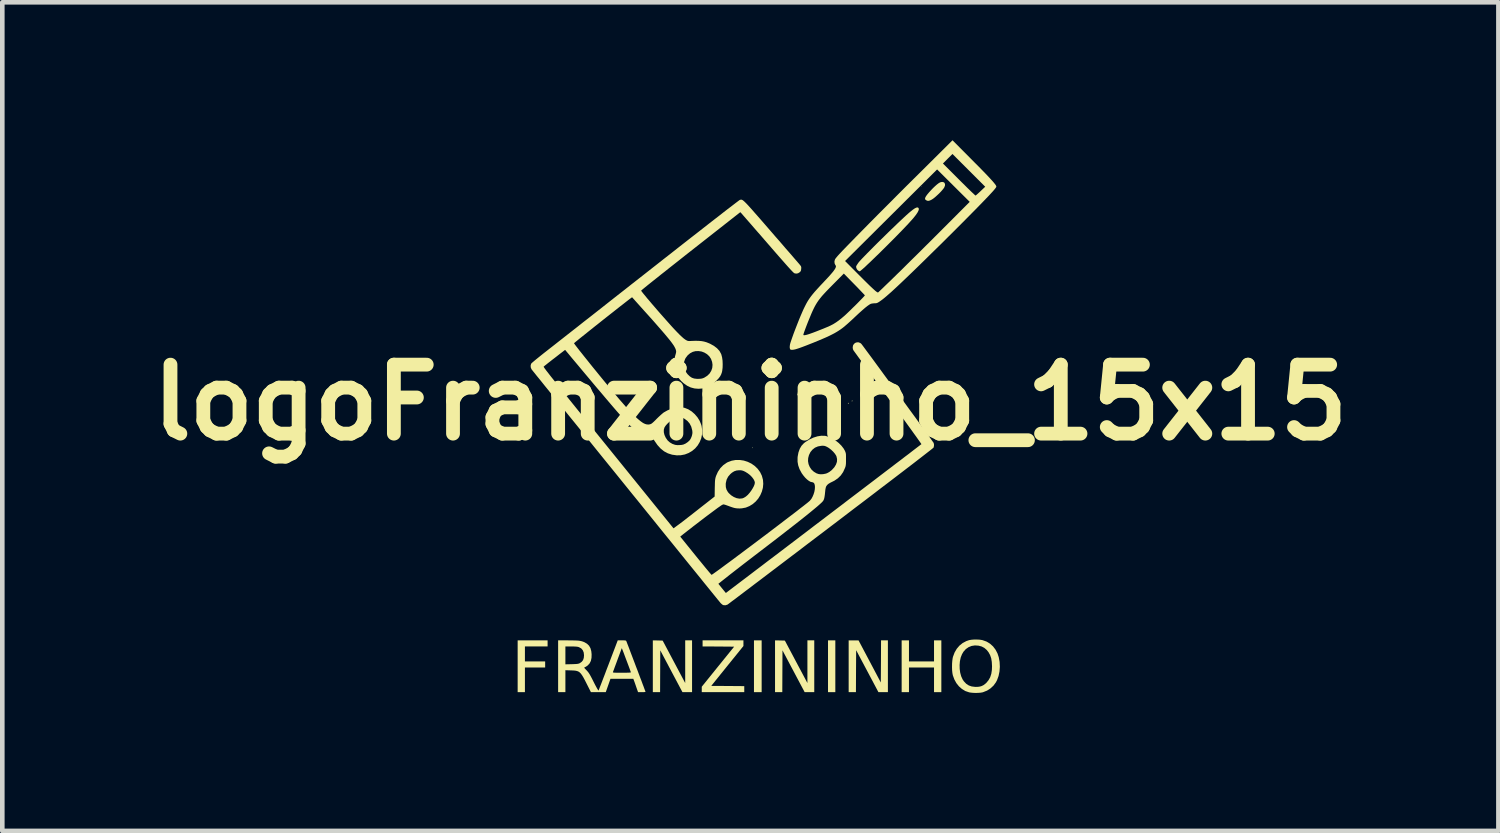
<source format=kicad_pcb>
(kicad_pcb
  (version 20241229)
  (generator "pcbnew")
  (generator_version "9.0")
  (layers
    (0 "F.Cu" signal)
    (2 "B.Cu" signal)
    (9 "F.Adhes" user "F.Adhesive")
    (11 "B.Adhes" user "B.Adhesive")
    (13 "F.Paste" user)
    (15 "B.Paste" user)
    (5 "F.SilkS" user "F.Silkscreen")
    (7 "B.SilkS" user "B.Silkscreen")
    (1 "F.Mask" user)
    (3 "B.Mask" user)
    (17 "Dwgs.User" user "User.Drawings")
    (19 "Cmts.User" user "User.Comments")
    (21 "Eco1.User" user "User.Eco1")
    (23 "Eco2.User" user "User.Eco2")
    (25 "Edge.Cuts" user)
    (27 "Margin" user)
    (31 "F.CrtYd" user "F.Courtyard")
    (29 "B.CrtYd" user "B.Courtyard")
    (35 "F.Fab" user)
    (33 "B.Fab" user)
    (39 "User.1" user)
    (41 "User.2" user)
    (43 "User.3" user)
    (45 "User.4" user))
  (footprint "logoFranzininho_15x15"
    (layer "F.Cu")
    (at 13.264 5.7)
    (property "Reference" "logoFranzininho_15x15" (at 0 0 0) (layer "F.SilkS") (effects (font (size 1.5 1.5) (thickness 0.3))))
    (attr board_only exclude_from_pos_files exclude_from_bom)
    (fp_poly (pts (xy -0.214 0.144) (xy -0.213 0.154) (xy -0.214 0.155) (xy -0.219 0.154) (xy -0.22 0.15) (xy -0.217 0.142)) (stroke (width 0) (type solid)) (fill yes) (layer "F.SilkS"))
    (fp_poly (pts (xy 3.719 -4.695) (xy 3.72 -4.685) (xy 3.719 -4.684) (xy 3.713 -4.685) (xy 3.713 -4.689) (xy 3.716 -4.697)) (stroke (width 0) (type solid)) (fill yes) (layer "F.SilkS"))
    (fp_poly (pts (xy 0.059 0.982) (xy 0.057 0.985) (xy 0.049 0.994) (xy 0.048 0.994) (xy 0.044 0.987) (xy 0.044 0.985) (xy 0.051 0.977) (xy 0.053 0.977)) (stroke (width 0) (type solid)) (fill yes) (layer "F.SilkS"))
    (fp_poly (pts (xy 0.246 5.736) (xy 0.246 6.299) (xy 0.163 6.299) (xy 0.079 6.299) (xy 0.079 5.736) (xy 0.079 5.173) (xy 0.163 5.173) (xy 0.246 5.173)) (stroke (width 0) (type solid)) (fill yes) (layer "F.SilkS"))
    (fp_poly (pts (xy 1.848 5.736) (xy 1.848 6.299) (xy 1.768 6.299) (xy 1.689 6.299) (xy 1.689 5.736) (xy 1.689 5.173) (xy 1.768 5.173) (xy 1.848 5.173)) (stroke (width 0) (type solid)) (fill yes) (layer "F.SilkS"))
    (fp_poly (pts (xy 2.143 0.013) (xy 2.142 0.018) (xy 2.131 0.026) (xy 2.129 0.026) (xy 2.121 0.02) (xy 2.12 0.018) (xy 2.127 0.01) (xy 2.134 0.009)) (stroke (width 0) (type solid)) (fill yes) (layer "F.SilkS"))
    (fp_poly (pts (xy 2.226 -0.035) (xy 2.219 -0.027) (xy 2.213 -0.026) (xy 2.201 -0.028) (xy 2.2 -0.03) (xy 2.206 -0.036) (xy 2.213 -0.038) (xy 2.224 -0.039)) (stroke (width 0) (type solid)) (fill yes) (layer "F.SilkS"))
    (fp_poly (pts (xy 1.033 -0.181) (xy 1.053 -0.171) (xy 1.073 -0.159) (xy 1.087 -0.149) (xy 1.091 -0.144) (xy 1.085 -0.141) (xy 1.068 -0.146) (xy 1.045 -0.159) (xy 1.038 -0.163) (xy 1.023 -0.176) (xy 1.018 -0.184) (xy 1.02 -0.185)) (stroke (width 0) (type solid)) (fill yes) (layer "F.SilkS"))
    (fp_poly (pts (xy -4.408 5.239) (xy -4.408 5.305) (xy -4.654 5.305) (xy -4.901 5.305) (xy -4.901 5.468) (xy -4.901 5.631) (xy -4.681 5.631) (xy -4.461 5.631) (xy -4.461 5.697) (xy -4.461 5.763) (xy -4.681 5.763) (xy -4.901 5.763) (xy -4.901 6.031) (xy -4.901 6.299) (xy -4.98 6.299) (xy -5.059 6.299) (xy -5.059 5.736) (xy -5.059 5.173) (xy -4.733 5.173) (xy -4.408 5.173)) (stroke (width 0) (type solid)) (fill yes) (layer "F.SilkS"))
    (fp_poly (pts (xy -2.013 5.175) (xy -1.906 5.178) (xy -1.661 5.64) (xy -1.416 6.101) (xy -1.416 5.637) (xy -1.416 5.173) (xy -1.342 5.173) (xy -1.267 5.173) (xy -1.267 5.736) (xy -1.267 6.299) (xy -1.371 6.299) (xy -1.476 6.299) (xy -1.717 5.845) (xy -1.958 5.39) (xy -1.96 5.845) (xy -1.962 6.299) (xy -2.041 6.299) (xy -2.12 6.299) (xy -2.12 5.736) (xy -2.12 5.173)) (stroke (width 0) (type solid)) (fill yes) (layer "F.SilkS"))
    (fp_poly (pts (xy -0.15 5.235) (xy -0.15 5.296) (xy -0.5 5.729) (xy -0.85 6.163) (xy -0.491 6.165) (xy -0.132 6.168) (xy -0.132 6.234) (xy -0.132 6.299) (xy -0.594 6.299) (xy -1.056 6.299) (xy -1.056 6.24) (xy -1.056 6.181) (xy -0.704 5.745) (xy -0.352 5.31) (xy -0.695 5.307) (xy -1.038 5.305) (xy -1.038 5.239) (xy -1.038 5.173) (xy -0.594 5.173) (xy -0.15 5.173)) (stroke (width 0) (type solid)) (fill yes) (layer "F.SilkS"))
    (fp_poly (pts (xy 0.644 5.175) (xy 0.751 5.178) (xy 0.996 5.64) (xy 1.241 6.101) (xy 1.241 5.637) (xy 1.241 5.173) (xy 1.315 5.173) (xy 1.39 5.173) (xy 1.39 5.736) (xy 1.39 6.299) (xy 1.286 6.299) (xy 1.181 6.299) (xy 0.94 5.845) (xy 0.699 5.39) (xy 0.697 5.845) (xy 0.695 6.299) (xy 0.616 6.299) (xy 0.537 6.299) (xy 0.537 5.736) (xy 0.537 5.173)) (stroke (width 0) (type solid)) (fill yes) (layer "F.SilkS"))
    (fp_poly (pts (xy 2.991 5.736) (xy 2.991 6.299) (xy 2.888 6.299) (xy 2.785 6.299) (xy 2.543 5.843) (xy 2.301 5.387) (xy 2.298 5.843) (xy 2.296 6.299) (xy 2.217 6.299) (xy 2.138 6.299) (xy 2.138 5.736) (xy 2.138 5.173) (xy 2.246 5.174) (xy 2.353 5.174) (xy 2.595 5.631) (xy 2.837 6.089) (xy 2.84 5.631) (xy 2.842 5.173) (xy 2.917 5.173) (xy 2.991 5.173)) (stroke (width 0) (type solid)) (fill yes) (layer "F.SilkS"))
    (fp_poly (pts (xy 3.449 5.402) (xy 3.449 5.631) (xy 3.722 5.631) (xy 3.994 5.631) (xy 3.994 5.402) (xy 3.994 5.173) (xy 4.074 5.173) (xy 4.153 5.173) (xy 4.153 5.736) (xy 4.153 6.299) (xy 4.074 6.299) (xy 3.994 6.299) (xy 3.994 6.031) (xy 3.994 5.763) (xy 3.722 5.763) (xy 3.449 5.763) (xy 3.449 6.031) (xy 3.449 6.299) (xy 3.37 6.299) (xy 3.29 6.299) (xy 3.29 5.736) (xy 3.29 5.173) (xy 3.37 5.173) (xy 3.449 5.173)) (stroke (width 0) (type solid)) (fill yes) (layer "F.SilkS"))
    (fp_poly (pts (xy 4.207 -4.786) (xy 4.219 -4.777) (xy 4.233 -4.749) (xy 4.232 -4.714) (xy 4.216 -4.674) (xy 4.205 -4.657) (xy 4.179 -4.624) (xy 4.145 -4.585) (xy 4.104 -4.543) (xy 4.06 -4.502) (xy 4.018 -4.464) (xy 3.979 -4.433) (xy 3.947 -4.412) (xy 3.944 -4.41) (xy 3.905 -4.391) (xy 3.874 -4.383) (xy 3.848 -4.385) (xy 3.826 -4.395) (xy 3.804 -4.411) (xy 3.798 -4.431) (xy 3.805 -4.457) (xy 3.821 -4.486) (xy 3.849 -4.524) (xy 3.885 -4.567) (xy 3.927 -4.613) (xy 3.971 -4.659) (xy 4.016 -4.702) (xy 4.058 -4.739) (xy 4.095 -4.767) (xy 4.107 -4.775) (xy 4.143 -4.791) (xy 4.178 -4.794)) (stroke (width 0) (type solid)) (fill yes) (layer "F.SilkS"))
    (fp_poly (pts (xy 3.655 -4.23) (xy 3.659 -4.224) (xy 3.664 -4.2) (xy 3.655 -4.168) (xy 3.633 -4.126) (xy 3.598 -4.075) (xy 3.549 -4.013) (xy 3.516 -3.975) (xy 3.476 -3.931) (xy 3.429 -3.879) (xy 3.374 -3.821) (xy 3.313 -3.757) (xy 3.247 -3.689) (xy 3.177 -3.617) (xy 3.104 -3.543) (xy 3.029 -3.468) (xy 2.954 -3.393) (xy 2.878 -3.318) (xy 2.805 -3.245) (xy 2.733 -3.176) (xy 2.665 -3.11) (xy 2.602 -3.049) (xy 2.544 -2.995) (xy 2.494 -2.947) (xy 2.45 -2.908) (xy 2.416 -2.879) (xy 2.392 -2.859) (xy 2.379 -2.851) (xy 2.377 -2.851) (xy 2.366 -2.855) (xy 2.348 -2.865) (xy 2.347 -2.866) (xy 2.323 -2.888) (xy 2.307 -2.917) (xy 2.3 -2.946) (xy 2.301 -2.958) (xy 2.308 -2.975) (xy 2.324 -3) (xy 2.344 -3.03) (xy 2.351 -3.04) (xy 2.37 -3.063) (xy 2.4 -3.096) (xy 2.44 -3.139) (xy 2.49 -3.19) (xy 2.547 -3.249) (xy 2.611 -3.313) (xy 2.68 -3.383) (xy 2.753 -3.456) (xy 2.829 -3.531) (xy 2.907 -3.607) (xy 2.985 -3.684) (xy 3.062 -3.759) (xy 3.138 -3.831) (xy 3.209 -3.9) (xy 3.277 -3.964) (xy 3.338 -4.021) (xy 3.393 -4.072) (xy 3.439 -4.113) (xy 3.476 -4.145) (xy 3.48 -4.148) (xy 3.534 -4.191) (xy 3.578 -4.221) (xy 3.613 -4.237) (xy 3.638 -4.24)) (stroke (width 0) (type solid)) (fill yes) (layer "F.SilkS"))
    (fp_poly (pts (xy 4.986 5.158) (xy 5.038 5.166) (xy 5.05 5.169) (xy 5.135 5.199) (xy 5.211 5.245) (xy 5.277 5.304) (xy 5.331 5.375) (xy 5.374 5.457) (xy 5.401 5.539) (xy 5.42 5.642) (xy 5.425 5.748) (xy 5.417 5.851) (xy 5.397 5.948) (xy 5.364 6.038) (xy 5.339 6.086) (xy 5.287 6.157) (xy 5.222 6.217) (xy 5.148 6.265) (xy 5.065 6.298) (xy 5.046 6.304) (xy 5.003 6.311) (xy 4.948 6.315) (xy 4.889 6.316) (xy 4.83 6.313) (xy 4.779 6.307) (xy 4.757 6.303) (xy 4.675 6.275) (xy 4.602 6.231) (xy 4.536 6.173) (xy 4.48 6.103) (xy 4.435 6.021) (xy 4.402 5.93) (xy 4.393 5.881) (xy 4.387 5.821) (xy 4.385 5.753) (xy 4.386 5.709) (xy 4.55 5.709) (xy 4.552 5.794) (xy 4.563 5.876) (xy 4.584 5.953) (xy 4.614 6.02) (xy 4.643 6.063) (xy 4.693 6.116) (xy 4.749 6.153) (xy 4.812 6.175) (xy 4.884 6.184) (xy 4.902 6.185) (xy 4.953 6.183) (xy 4.993 6.177) (xy 5.03 6.166) (xy 5.072 6.145) (xy 5.112 6.114) (xy 5.132 6.096) (xy 5.179 6.039) (xy 5.215 5.975) (xy 5.239 5.901) (xy 5.252 5.816) (xy 5.255 5.736) (xy 5.25 5.643) (xy 5.237 5.562) (xy 5.213 5.493) (xy 5.179 5.431) (xy 5.14 5.382) (xy 5.088 5.337) (xy 5.029 5.306) (xy 4.961 5.288) (xy 4.884 5.283) (xy 4.812 5.294) (xy 4.745 5.321) (xy 4.685 5.363) (xy 4.635 5.419) (xy 4.602 5.475) (xy 4.574 5.546) (xy 4.557 5.626) (xy 4.55 5.709) (xy 4.386 5.709) (xy 4.386 5.684) (xy 4.391 5.618) (xy 4.399 5.56) (xy 4.406 5.53) (xy 4.441 5.437) (xy 4.488 5.356) (xy 4.547 5.287) (xy 4.617 5.231) (xy 4.696 5.189) (xy 4.757 5.168) (xy 4.805 5.16) (xy 4.863 5.155) (xy 4.925 5.155)) (stroke (width 0) (type solid)) (fill yes) (layer "F.SilkS"))
    (fp_poly (pts (xy -3.885 5.174) (xy -3.821 5.175) (xy -3.769 5.177) (xy -3.727 5.18) (xy -3.692 5.186) (xy -3.662 5.193) (xy -3.633 5.203) (xy -3.606 5.214) (xy -3.55 5.247) (xy -3.507 5.289) (xy -3.476 5.343) (xy -3.458 5.408) (xy -3.451 5.474) (xy -3.453 5.552) (xy -3.467 5.619) (xy -3.494 5.673) (xy -3.534 5.717) (xy -3.569 5.742) (xy -3.593 5.755) (xy -3.609 5.764) (xy -3.614 5.767) (xy -3.609 5.773) (xy -3.594 5.789) (xy -3.573 5.812) (xy -3.56 5.825) (xy -3.542 5.845) (xy -3.525 5.865) (xy -3.509 5.888) (xy -3.491 5.916) (xy -3.471 5.952) (xy -3.446 5.999) (xy -3.416 6.058) (xy -3.406 6.079) (xy -3.372 6.145) (xy -3.344 6.197) (xy -3.323 6.234) (xy -3.308 6.257) (xy -3.3 6.264) (xy -3.3 6.263) (xy -3.295 6.253) (xy -3.286 6.228) (xy -3.271 6.189) (xy -3.251 6.138) (xy -3.227 6.076) (xy -3.2 6.005) (xy -3.169 5.925) (xy -3.147 5.867) (xy -2.988 5.867) (xy -2.985 5.87) (xy -2.976 5.873) (xy -2.959 5.875) (xy -2.932 5.876) (xy -2.893 5.877) (xy -2.84 5.877) (xy -2.793 5.877) (xy -2.727 5.877) (xy -2.676 5.876) (xy -2.639 5.875) (xy -2.615 5.873) (xy -2.601 5.87) (xy -2.597 5.867) (xy -2.597 5.866) (xy -2.61 5.831) (xy -2.626 5.786) (xy -2.645 5.735) (xy -2.666 5.679) (xy -2.688 5.621) (xy -2.71 5.563) (xy -2.731 5.507) (xy -2.75 5.455) (xy -2.767 5.411) (xy -2.781 5.376) (xy -2.79 5.353) (xy -2.794 5.343) (xy -2.794 5.343) (xy -2.798 5.351) (xy -2.807 5.374) (xy -2.82 5.41) (xy -2.837 5.456) (xy -2.857 5.51) (xy -2.88 5.571) (xy -2.889 5.596) (xy -2.912 5.659) (xy -2.934 5.718) (xy -2.953 5.769) (xy -2.968 5.811) (xy -2.98 5.842) (xy -2.986 5.859) (xy -2.987 5.862) (xy -2.988 5.867) (xy -3.147 5.867) (xy -3.137 5.839) (xy -3.102 5.748) (xy -3.088 5.712) (xy -2.883 5.173) (xy -2.793 5.173) (xy -2.753 5.173) (xy -2.726 5.174) (xy -2.71 5.177) (xy -2.701 5.182) (xy -2.696 5.191) (xy -2.693 5.197) (xy -2.684 5.221) (xy -2.67 5.258) (xy -2.651 5.306) (xy -2.629 5.364) (xy -2.604 5.431) (xy -2.576 5.504) (xy -2.547 5.581) (xy -2.516 5.662) (xy -2.485 5.745) (xy -2.453 5.827) (xy -2.423 5.908) (xy -2.394 5.985) (xy -2.366 6.057) (xy -2.342 6.123) (xy -2.32 6.18) (xy -2.303 6.227) (xy -2.289 6.263) (xy -2.281 6.285) (xy -2.279 6.292) (xy -2.287 6.295) (xy -2.309 6.298) (xy -2.34 6.299) (xy -2.36 6.299) (xy -2.441 6.299) (xy -2.476 6.2) (xy -2.491 6.156) (xy -2.506 6.113) (xy -2.519 6.076) (xy -2.527 6.055) (xy -2.544 6.009) (xy -2.792 6.009) (xy -3.041 6.009) (xy -3.092 6.154) (xy -3.143 6.299) (xy -3.305 6.299) (xy -3.466 6.299) (xy -3.558 6.117) (xy -3.596 6.042) (xy -3.628 5.982) (xy -3.657 5.934) (xy -3.683 5.898) (xy -3.709 5.871) (xy -3.736 5.852) (xy -3.766 5.84) (xy -3.802 5.832) (xy -3.845 5.828) (xy -3.896 5.826) (xy -3.9 5.826) (xy -4.021 5.822) (xy -4.021 6.061) (xy -4.021 6.299) (xy -4.1 6.299) (xy -4.179 6.299) (xy -4.179 5.736) (xy -4.179 5.305) (xy -4.021 5.305) (xy -4.021 5.5) (xy -4.021 5.694) (xy -3.882 5.691) (xy -3.828 5.689) (xy -3.787 5.687) (xy -3.758 5.684) (xy -3.737 5.68) (xy -3.72 5.674) (xy -3.708 5.669) (xy -3.666 5.639) (xy -3.637 5.602) (xy -3.621 5.554) (xy -3.616 5.497) (xy -3.623 5.436) (xy -3.644 5.386) (xy -3.677 5.348) (xy -3.724 5.322) (xy -3.744 5.315) (xy -3.766 5.311) (xy -3.801 5.308) (xy -3.844 5.306) (xy -3.892 5.305) (xy -3.9 5.305) (xy -4.021 5.305) (xy -4.179 5.305) (xy -4.179 5.173) (xy -3.965 5.173)) (stroke (width 0) (type solid)) (fill yes) (layer "F.SilkS"))
    (fp_poly (pts (xy 4.774 -5.32) (xy 4.877 -5.216) (xy 4.968 -5.125) (xy 5.047 -5.044) (xy 5.116 -4.973) (xy 5.174 -4.912) (xy 5.223 -4.859) (xy 5.263 -4.815) (xy 5.294 -4.779) (xy 5.318 -4.749) (xy 5.335 -4.726) (xy 5.345 -4.708) (xy 5.349 -4.695) (xy 5.349 -4.692) (xy 5.344 -4.679) (xy 5.328 -4.656) (xy 5.304 -4.626) (xy 5.274 -4.591) (xy 5.263 -4.579) (xy 5.226 -4.539) (xy 5.178 -4.487) (xy 5.119 -4.426) (xy 5.052 -4.356) (xy 4.976 -4.278) (xy 4.893 -4.193) (xy 4.804 -4.103) (xy 4.71 -4.008) (xy 4.613 -3.91) (xy 4.513 -3.81) (xy 4.412 -3.709) (xy 4.31 -3.608) (xy 4.21 -3.508) (xy 4.111 -3.41) (xy 4.084 -3.384) (xy 3.935 -3.238) (xy 3.798 -3.103) (xy 3.673 -2.981) (xy 3.558 -2.869) (xy 3.453 -2.768) (xy 3.357 -2.676) (xy 3.271 -2.594) (xy 3.193 -2.521) (xy 3.123 -2.456) (xy 3.061 -2.399) (xy 3.005 -2.35) (xy 2.956 -2.307) (xy 2.912 -2.27) (xy 2.873 -2.239) (xy 2.839 -2.214) (xy 2.809 -2.193) (xy 2.803 -2.189) (xy 2.772 -2.17) (xy 2.748 -2.16) (xy 2.722 -2.156) (xy 2.699 -2.156) (xy 2.665 -2.153) (xy 2.634 -2.148) (xy 2.619 -2.144) (xy 2.588 -2.127) (xy 2.548 -2.099) (xy 2.497 -2.059) (xy 2.436 -2.006) (xy 2.363 -1.941) (xy 2.286 -1.869) (xy 2.217 -1.804) (xy 2.159 -1.751) (xy 2.109 -1.706) (xy 2.066 -1.669) (xy 2.028 -1.637) (xy 1.993 -1.61) (xy 1.958 -1.585) (xy 1.923 -1.562) (xy 1.922 -1.561) (xy 1.877 -1.533) (xy 1.829 -1.505) (xy 1.775 -1.477) (xy 1.715 -1.447) (xy 1.646 -1.415) (xy 1.567 -1.381) (xy 1.475 -1.342) (xy 1.37 -1.299) (xy 1.311 -1.276) (xy 1.218 -1.239) (xy 1.139 -1.209) (xy 1.073 -1.185) (xy 1.019 -1.167) (xy 0.975 -1.154) (xy 0.94 -1.147) (xy 0.913 -1.144) (xy 0.891 -1.145) (xy 0.873 -1.149) (xy 0.863 -1.162) (xy 0.857 -1.188) (xy 0.857 -1.221) (xy 0.862 -1.258) (xy 0.862 -1.26) (xy 0.872 -1.297) (xy 0.889 -1.348) (xy 0.91 -1.409) (xy 0.931 -1.468) (xy 1.153 -1.468) (xy 1.16 -1.462) (xy 1.183 -1.462) (xy 1.218 -1.469) (xy 1.254 -1.479) (xy 1.299 -1.494) (xy 1.358 -1.515) (xy 1.427 -1.541) (xy 1.503 -1.571) (xy 1.584 -1.603) (xy 1.663 -1.636) (xy 1.736 -1.668) (xy 1.802 -1.702) (xy 1.863 -1.74) (xy 1.925 -1.784) (xy 1.991 -1.837) (xy 2.029 -1.869) (xy 2.058 -1.894) (xy 2.093 -1.927) (xy 2.135 -1.967) (xy 2.18 -2.01) (xy 2.227 -2.057) (xy 2.276 -2.104) (xy 2.323 -2.151) (xy 2.367 -2.196) (xy 2.407 -2.237) (xy 2.441 -2.272) (xy 2.467 -2.3) (xy 2.484 -2.319) (xy 2.49 -2.328) (xy 2.484 -2.336) (xy 2.467 -2.355) (xy 2.44 -2.383) (xy 2.405 -2.42) (xy 2.363 -2.464) (xy 2.316 -2.513) (xy 2.264 -2.566) (xy 2.261 -2.569) (xy 2.033 -2.802) (xy 1.793 -2.56) (xy 1.718 -2.484) (xy 1.655 -2.419) (xy 1.601 -2.361) (xy 1.556 -2.311) (xy 1.518 -2.264) (xy 1.485 -2.221) (xy 1.456 -2.179) (xy 1.429 -2.136) (xy 1.403 -2.09) (xy 1.387 -2.059) (xy 1.369 -2.022) (xy 1.347 -1.975) (xy 1.323 -1.92) (xy 1.298 -1.859) (xy 1.272 -1.796) (xy 1.246 -1.732) (xy 1.222 -1.67) (xy 1.2 -1.612) (xy 1.181 -1.56) (xy 1.166 -1.518) (xy 1.156 -1.486) (xy 1.153 -1.469) (xy 1.153 -1.468) (xy 0.931 -1.468) (xy 0.935 -1.48) (xy 0.964 -1.557) (xy 0.995 -1.637) (xy 1.027 -1.719) (xy 1.059 -1.8) (xy 1.091 -1.877) (xy 1.122 -1.949) (xy 1.149 -2.011) (xy 1.163 -2.041) (xy 1.192 -2.1) (xy 1.22 -2.154) (xy 1.248 -2.203) (xy 1.279 -2.251) (xy 1.314 -2.3) (xy 1.353 -2.35) (xy 1.399 -2.405) (xy 1.454 -2.466) (xy 1.518 -2.536) (xy 1.593 -2.615) (xy 1.597 -2.62) (xy 1.665 -2.692) (xy 1.722 -2.754) (xy 1.767 -2.806) (xy 1.803 -2.849) (xy 1.829 -2.885) (xy 1.847 -2.914) (xy 1.857 -2.937) (xy 1.862 -2.958) (xy 1.857 -2.976) (xy 1.847 -2.99) (xy 1.832 -3.024) (xy 1.829 -3.065) (xy 1.831 -3.075) (xy 2.06 -3.075) (xy 2.325 -2.808) (xy 2.411 -2.722) (xy 2.486 -2.647) (xy 2.55 -2.584) (xy 2.604 -2.531) (xy 2.65 -2.488) (xy 2.687 -2.454) (xy 2.716 -2.428) (xy 2.739 -2.41) (xy 2.756 -2.398) (xy 2.769 -2.392) (xy 2.777 -2.391) (xy 2.778 -2.392) (xy 2.787 -2.399) (xy 2.807 -2.418) (xy 2.838 -2.447) (xy 2.878 -2.485) (xy 2.925 -2.531) (xy 2.98 -2.584) (xy 3.041 -2.642) (xy 3.106 -2.706) (xy 3.175 -2.773) (xy 3.18 -2.779) (xy 3.247 -2.843) (xy 3.324 -2.919) (xy 3.409 -3.004) (xy 3.502 -3.096) (xy 3.601 -3.193) (xy 3.703 -3.294) (xy 3.807 -3.398) (xy 3.911 -3.501) (xy 4.014 -3.604) (xy 4.113 -3.703) (xy 4.169 -3.759) (xy 4.77 -4.361) (xy 4.416 -4.713) (xy 4.061 -5.066) (xy 3.06 -4.07) (xy 2.06 -3.075) (xy 1.831 -3.075) (xy 1.839 -3.105) (xy 1.843 -3.113) (xy 1.854 -3.131) (xy 1.875 -3.157) (xy 1.901 -3.188) (xy 1.919 -3.208) (xy 1.954 -3.246) (xy 2 -3.295) (xy 2.058 -3.355) (xy 2.125 -3.424) (xy 2.202 -3.503) (xy 2.287 -3.59) (xy 2.379 -3.684) (xy 2.479 -3.785) (xy 2.584 -3.892) (xy 2.694 -4.003) (xy 2.809 -4.119) (xy 2.927 -4.237) (xy 3.048 -4.358) (xy 3.17 -4.481) (xy 3.294 -4.605) (xy 3.417 -4.728) (xy 3.54 -4.85) (xy 3.606 -4.915) (xy 3.888 -5.195) (xy 4.188 -5.195) (xy 4.538 -4.845) (xy 4.602 -4.781) (xy 4.664 -4.72) (xy 4.72 -4.664) (xy 4.771 -4.615) (xy 4.815 -4.572) (xy 4.851 -4.539) (xy 4.877 -4.514) (xy 4.893 -4.501) (xy 4.897 -4.498) (xy 4.906 -4.504) (xy 4.926 -4.521) (xy 4.954 -4.546) (xy 4.987 -4.576) (xy 5.007 -4.595) (xy 5.107 -4.69) (xy 4.751 -5.046) (xy 4.395 -5.402) (xy 4.291 -5.299) (xy 4.188 -5.195) (xy 3.888 -5.195) (xy 4.396 -5.7)) (stroke (width 0) (type solid)) (fill yes) (layer "F.SilkS"))
    (fp_poly (pts (xy -0.192 -4.409) (xy -0.181 -4.405) (xy -0.168 -4.399) (xy -0.152 -4.387) (xy -0.133 -4.371) (xy -0.111 -4.35) (xy -0.083 -4.322) (xy -0.05 -4.287) (xy -0.011 -4.244) (xy 0.035 -4.193) (xy 0.088 -4.132) (xy 0.15 -4.062) (xy 0.221 -3.981) (xy 0.301 -3.889) (xy 0.392 -3.784) (xy 0.463 -3.702) (xy 0.545 -3.607) (xy 0.625 -3.516) (xy 0.701 -3.428) (xy 0.772 -3.345) (xy 0.839 -3.269) (xy 0.899 -3.2) (xy 0.952 -3.138) (xy 0.997 -3.086) (xy 1.034 -3.043) (xy 1.062 -3.011) (xy 1.079 -2.99) (xy 1.085 -2.983) (xy 1.1 -2.962) (xy 1.107 -2.943) (xy 1.107 -2.918) (xy 1.106 -2.904) (xy 1.102 -2.873) (xy 1.093 -2.852) (xy 1.077 -2.833) (xy 1.075 -2.832) (xy 1.037 -2.808) (xy 0.996 -2.801) (xy 0.957 -2.809) (xy 0.949 -2.815) (xy 0.935 -2.827) (xy 0.915 -2.847) (xy 0.889 -2.874) (xy 0.856 -2.91) (xy 0.815 -2.955) (xy 0.766 -3.01) (xy 0.709 -3.075) (xy 0.642 -3.151) (xy 0.565 -3.239) (xy 0.478 -3.339) (xy 0.381 -3.451) (xy 0.374 -3.459) (xy 0.295 -3.55) (xy 0.219 -3.638) (xy 0.146 -3.721) (xy 0.078 -3.799) (xy 0.016 -3.871) (xy -0.04 -3.935) (xy -0.089 -3.991) (xy -0.13 -4.038) (xy -0.162 -4.075) (xy -0.184 -4.101) (xy -0.197 -4.115) (xy -0.198 -4.116) (xy -0.218 -4.137) (xy -1.297 -3.29) (xy -1.418 -3.195) (xy -1.535 -3.102) (xy -1.648 -3.013) (xy -1.755 -2.929) (xy -1.856 -2.848) (xy -1.951 -2.774) (xy -2.038 -2.704) (xy -2.116 -2.642) (xy -2.186 -2.586) (xy -2.246 -2.538) (xy -2.295 -2.498) (xy -2.333 -2.467) (xy -2.359 -2.445) (xy -2.372 -2.433) (xy -2.374 -2.431) (xy -2.367 -2.419) (xy -2.349 -2.395) (xy -2.322 -2.361) (xy -2.286 -2.318) (xy -2.244 -2.266) (xy -2.195 -2.209) (xy -2.142 -2.146) (xy -2.084 -2.079) (xy -2.025 -2.01) (xy -1.964 -1.94) (xy -1.902 -1.87) (xy -1.841 -1.801) (xy -1.783 -1.736) (xy -1.728 -1.674) (xy -1.677 -1.618) (xy -1.631 -1.569) (xy -1.592 -1.528) (xy -1.582 -1.518) (xy -1.535 -1.47) (xy -1.49 -1.428) (xy -1.452 -1.394) (xy -1.421 -1.371) (xy -1.411 -1.364) (xy -1.385 -1.349) (xy -1.365 -1.34) (xy -1.345 -1.336) (xy -1.319 -1.335) (xy -1.285 -1.337) (xy -1.199 -1.34) (xy -1.127 -1.339) (xy -1.064 -1.334) (xy -1.008 -1.324) (xy -0.955 -1.309) (xy -0.9 -1.287) (xy -0.875 -1.276) (xy -0.792 -1.23) (xy -0.724 -1.178) (xy -0.671 -1.12) (xy -0.636 -1.056) (xy -0.63 -1.041) (xy -0.614 -0.98) (xy -0.604 -0.908) (xy -0.601 -0.831) (xy -0.603 -0.754) (xy -0.612 -0.684) (xy -0.619 -0.653) (xy -0.635 -0.608) (xy -0.657 -0.567) (xy -0.688 -0.525) (xy -0.731 -0.48) (xy -0.745 -0.466) (xy -0.82 -0.402) (xy -0.894 -0.354) (xy -0.969 -0.321) (xy -1.047 -0.303) (xy -1.126 -0.297) (xy -1.214 -0.304) (xy -1.296 -0.326) (xy -1.374 -0.363) (xy -1.449 -0.416) (xy -1.504 -0.466) (xy -1.568 -0.54) (xy -1.615 -0.62) (xy -1.645 -0.705) (xy -1.659 -0.795) (xy -1.659 -0.812) (xy -1.447 -0.812) (xy -1.437 -0.744) (xy -1.411 -0.679) (xy -1.369 -0.619) (xy -1.362 -0.611) (xy -1.316 -0.567) (xy -1.271 -0.537) (xy -1.222 -0.52) (xy -1.163 -0.513) (xy -1.126 -0.513) (xy -1.084 -0.515) (xy -1.052 -0.52) (xy -1.024 -0.529) (xy -0.999 -0.54) (xy -0.936 -0.58) (xy -0.886 -0.629) (xy -0.85 -0.687) (xy -0.828 -0.75) (xy -0.822 -0.818) (xy -0.831 -0.881) (xy -0.855 -0.947) (xy -0.892 -1.003) (xy -0.942 -1.05) (xy -0.999 -1.084) (xy -1.059 -1.107) (xy -1.125 -1.117) (xy -1.192 -1.115) (xy -1.251 -1.1) (xy -1.31 -1.069) (xy -1.363 -1.024) (xy -1.405 -0.968) (xy -1.418 -0.945) (xy -1.441 -0.879) (xy -1.447 -0.812) (xy -1.659 -0.812) (xy -1.657 -0.892) (xy -1.639 -0.996) (xy -1.626 -1.041) (xy -1.617 -1.075) (xy -1.613 -1.099) (xy -1.614 -1.119) (xy -1.619 -1.141) (xy -1.626 -1.163) (xy -1.637 -1.186) (xy -1.651 -1.213) (xy -1.669 -1.243) (xy -1.693 -1.277) (xy -1.722 -1.317) (xy -1.758 -1.363) (xy -1.801 -1.415) (xy -1.851 -1.475) (xy -1.909 -1.543) (xy -1.977 -1.621) (xy -2.053 -1.708) (xy -2.14 -1.807) (xy -2.238 -1.916) (xy -2.321 -2.008) (xy -2.571 -2.287) (xy -2.592 -2.272) (xy -2.622 -2.25) (xy -2.662 -2.219) (xy -2.711 -2.181) (xy -2.768 -2.136) (xy -2.833 -2.086) (xy -2.903 -2.031) (xy -2.977 -1.972) (xy -3.055 -1.911) (xy -3.135 -1.848) (xy -3.216 -1.784) (xy -3.296 -1.72) (xy -3.376 -1.657) (xy -3.452 -1.596) (xy -3.525 -1.538) (xy -3.593 -1.483) (xy -3.655 -1.434) (xy -3.71 -1.39) (xy -3.756 -1.352) (xy -3.792 -1.323) (xy -3.818 -1.301) (xy -3.832 -1.289) (xy -3.834 -1.287) (xy -3.827 -1.277) (xy -3.811 -1.254) (xy -3.785 -1.22) (xy -3.751 -1.176) (xy -3.71 -1.123) (xy -3.661 -1.062) (xy -3.608 -0.995) (xy -3.549 -0.922) (xy -3.487 -0.844) (xy -3.422 -0.763) (xy -3.354 -0.68) (xy -3.286 -0.596) (xy -3.218 -0.513) (xy -3.15 -0.43) (xy -3.084 -0.351) (xy -3.027 -0.282) (xy -2.933 -0.169) (xy -2.849 -0.069) (xy -2.772 0.019) (xy -2.704 0.097) (xy -2.641 0.165) (xy -2.584 0.225) (xy -2.531 0.279) (xy -2.506 0.304) (xy -2.44 0.364) (xy -2.383 0.411) (xy -2.333 0.446) (xy -2.288 0.468) (xy -2.247 0.479) (xy -2.208 0.48) (xy -2.182 0.475) (xy -2.165 0.469) (xy -2.147 0.46) (xy -2.127 0.444) (xy -2.101 0.421) (xy -2.067 0.388) (xy -2.037 0.357) (xy -1.998 0.319) (xy -1.958 0.282) (xy -1.922 0.25) (xy -1.893 0.226) (xy -1.881 0.217) (xy -1.801 0.172) (xy -1.717 0.138) (xy -1.633 0.116) (xy -1.55 0.106) (xy -1.473 0.109) (xy -1.425 0.119) (xy -1.348 0.15) (xy -1.275 0.196) (xy -1.208 0.255) (xy -1.15 0.323) (xy -1.103 0.398) (xy -1.07 0.478) (xy -1.06 0.511) (xy -1.047 0.604) (xy -1.05 0.694) (xy -1.068 0.78) (xy -1.1 0.86) (xy -1.144 0.934) (xy -1.2 1) (xy -1.266 1.055) (xy -1.341 1.099) (xy -1.423 1.131) (xy -1.512 1.148) (xy -1.601 1.15) (xy -1.701 1.136) (xy -1.792 1.107) (xy -1.875 1.063) (xy -1.951 1.002) (xy -2.02 0.926) (xy -2.076 0.845) (xy -2.113 0.79) (xy -2.149 0.749) (xy -2.186 0.721) (xy -2.228 0.703) (xy -2.259 0.695) (xy -2.317 0.683) (xy -2.362 0.673) (xy -2.396 0.664) (xy -2.423 0.654) (xy -2.435 0.648) (xy -1.881 0.648) (xy -1.867 0.707) (xy -1.84 0.766) (xy -1.801 0.822) (xy -1.794 0.83) (xy -1.75 0.869) (xy -1.695 0.901) (xy -1.635 0.922) (xy -1.627 0.923) (xy -1.587 0.928) (xy -1.538 0.927) (xy -1.49 0.923) (xy -1.451 0.914) (xy -1.45 0.913) (xy -1.406 0.893) (xy -1.361 0.862) (xy -1.324 0.828) (xy -1.311 0.812) (xy -1.294 0.783) (xy -1.278 0.746) (xy -1.269 0.718) (xy -1.261 0.681) (xy -1.259 0.65) (xy -1.262 0.616) (xy -1.264 0.604) (xy -1.285 0.525) (xy -1.32 0.458) (xy -1.368 0.402) (xy -1.43 0.356) (xy -1.463 0.338) (xy -1.515 0.317) (xy -1.559 0.309) (xy -1.598 0.313) (xy -1.621 0.322) (xy -1.668 0.35) (xy -1.717 0.386) (xy -1.765 0.426) (xy -1.808 0.467) (xy -1.842 0.506) (xy -1.865 0.541) (xy -1.866 0.543) (xy -1.881 0.592) (xy -1.881 0.648) (xy -2.435 0.648) (xy -2.447 0.642) (xy -2.471 0.628) (xy -2.482 0.62) (xy -2.518 0.592) (xy -2.564 0.552) (xy -2.618 0.499) (xy -2.68 0.436) (xy -2.748 0.363) (xy -2.823 0.282) (xy -2.901 0.193) (xy -2.965 0.119) (xy -3.025 0.049) (xy -3.093 -0.031) (xy -3.167 -0.118) (xy -3.246 -0.212) (xy -3.329 -0.309) (xy -3.414 -0.41) (xy -3.499 -0.512) (xy -3.584 -0.613) (xy -3.667 -0.712) (xy -3.746 -0.807) (xy -3.821 -0.896) (xy -3.889 -0.977) (xy -3.949 -1.05) (xy -4.001 -1.112) (xy -4.026 -1.142) (xy -4.033 -1.138) (xy -4.052 -1.124) (xy -4.08 -1.102) (xy -4.117 -1.074) (xy -4.16 -1.041) (xy -4.207 -1.004) (xy -4.256 -0.966) (xy -4.306 -0.928) (xy -4.353 -0.891) (xy -4.397 -0.857) (xy -4.435 -0.826) (xy -4.466 -0.802) (xy -4.486 -0.785) (xy -4.494 -0.778) (xy -4.494 -0.775) (xy -4.49 -0.768) (xy -4.482 -0.756) (xy -4.47 -0.738) (xy -4.453 -0.716) (xy -4.432 -0.687) (xy -4.404 -0.652) (xy -4.372 -0.61) (xy -4.333 -0.56) (xy -4.287 -0.503) (xy -4.235 -0.437) (xy -4.176 -0.363) (xy -4.109 -0.28) (xy -4.034 -0.187) (xy -3.952 -0.084) (xy -3.86 0.03) (xy -3.76 0.154) (xy -3.65 0.29) (xy -3.531 0.437) (xy -3.402 0.597) (xy -3.263 0.769) (xy -3.112 0.955) (xy -3.088 0.985) (xy -1.67 2.737) (xy -1.625 2.704) (xy -1.59 2.678) (xy -1.553 2.651) (xy -1.514 2.622) (xy -1.47 2.589) (xy -1.421 2.551) (xy -1.365 2.507) (xy -1.3 2.457) (xy -1.225 2.398) (xy -1.138 2.33) (xy -1.103 2.302) (xy -0.776 2.046) (xy -0.773 1.856) (xy -0.771 1.793) (xy -0.771 1.774) (xy -0.535 1.774) (xy -0.533 1.84) (xy -0.518 1.895) (xy -0.489 1.946) (xy -0.47 1.97) (xy -0.417 2.019) (xy -0.359 2.056) (xy -0.298 2.081) (xy -0.237 2.092) (xy -0.18 2.087) (xy -0.167 2.084) (xy -0.141 2.073) (xy -0.11 2.055) (xy -0.092 2.042) (xy -0.055 2.01) (xy -0.019 1.969) (xy 0.017 1.922) (xy 0.048 1.873) (xy 0.074 1.826) (xy 0.091 1.784) (xy 0.098 1.749) (xy 0.099 1.747) (xy 0.091 1.709) (xy 0.069 1.667) (xy 0.036 1.623) (xy -0.006 1.58) (xy -0.055 1.542) (xy -0.108 1.509) (xy -0.114 1.506) (xy -0.15 1.489) (xy -0.178 1.48) (xy -0.205 1.475) (xy -0.239 1.474) (xy -0.242 1.474) (xy -0.3 1.48) (xy -0.351 1.497) (xy -0.399 1.527) (xy -0.434 1.557) (xy -0.483 1.614) (xy -0.516 1.679) (xy -0.533 1.752) (xy -0.535 1.774) (xy -0.771 1.774) (xy -0.77 1.744) (xy -0.768 1.707) (xy -0.765 1.678) (xy -0.761 1.654) (xy -0.756 1.632) (xy -0.749 1.61) (xy -0.745 1.597) (xy -0.705 1.508) (xy -0.653 1.43) (xy -0.59 1.365) (xy -0.515 1.312) (xy -0.489 1.298) (xy -0.405 1.267) (xy -0.318 1.251) (xy -0.229 1.251) (xy -0.142 1.264) (xy -0.057 1.291) (xy 0.023 1.33) (xy 0.096 1.381) (xy 0.159 1.442) (xy 0.212 1.514) (xy 0.251 1.594) (xy 0.252 1.598) (xy 0.275 1.684) (xy 0.281 1.77) (xy 0.273 1.855) (xy 0.251 1.938) (xy 0.217 2.017) (xy 0.172 2.09) (xy 0.116 2.155) (xy 0.052 2.21) (xy -0.02 2.254) (xy -0.098 2.286) (xy -0.182 2.302) (xy -0.23 2.305) (xy -0.276 2.304) (xy -0.316 2.3) (xy -0.355 2.292) (xy -0.397 2.279) (xy -0.449 2.261) (xy -0.472 2.252) (xy -0.511 2.238) (xy -0.545 2.226) (xy -0.571 2.219) (xy -0.582 2.217) (xy -0.591 2.218) (xy -0.603 2.223) (xy -0.619 2.231) (xy -0.641 2.245) (xy -0.669 2.265) (xy -0.707 2.291) (xy -0.754 2.326) (xy -0.812 2.369) (xy -0.883 2.422) (xy -0.884 2.422) (xy -0.929 2.456) (xy -0.982 2.496) (xy -1.042 2.542) (xy -1.106 2.591) (xy -1.172 2.642) (xy -1.238 2.692) (xy -1.301 2.742) (xy -1.361 2.788) (xy -1.413 2.829) (xy -1.457 2.863) (xy -1.49 2.89) (xy -1.499 2.897) (xy -1.524 2.917) (xy -1.188 3.333) (xy -1.128 3.407) (xy -1.071 3.476) (xy -1.018 3.541) (xy -0.971 3.599) (xy -0.929 3.649) (xy -0.895 3.69) (xy -0.868 3.721) (xy -0.851 3.741) (xy -0.844 3.748) (xy -0.843 3.748) (xy -0.833 3.743) (xy -0.81 3.728) (xy -0.775 3.703) (xy -0.729 3.67) (xy -0.672 3.629) (xy -0.607 3.581) (xy -0.533 3.526) (xy -0.451 3.466) (xy -0.363 3.401) (xy -0.27 3.331) (xy -0.172 3.258) (xy -0.071 3.182) (xy 0.034 3.104) (xy 0.14 3.024) (xy 0.246 2.944) (xy 0.353 2.864) (xy 0.458 2.784) (xy 0.562 2.705) (xy 0.662 2.629) (xy 0.758 2.555) (xy 0.85 2.485) (xy 0.936 2.42) (xy 1.015 2.359) (xy 1.086 2.303) (xy 1.149 2.255) (xy 1.202 2.213) (xy 1.245 2.179) (xy 1.276 2.153) (xy 1.294 2.137) (xy 1.296 2.135) (xy 1.327 2.097) (xy 1.353 2.05) (xy 1.375 1.998) (xy 1.392 1.943) (xy 1.402 1.888) (xy 1.405 1.837) (xy 1.401 1.794) (xy 1.389 1.761) (xy 1.381 1.75) (xy 1.359 1.737) (xy 1.339 1.733) (xy 1.309 1.726) (xy 1.272 1.705) (xy 1.232 1.674) (xy 1.191 1.634) (xy 1.152 1.587) (xy 1.116 1.537) (xy 1.113 1.531) (xy 1.069 1.449) (xy 1.041 1.369) (xy 1.027 1.29) (xy 1.027 1.276) (xy 1.254 1.276) (xy 1.266 1.342) (xy 1.292 1.404) (xy 1.33 1.46) (xy 1.38 1.506) (xy 1.438 1.541) (xy 1.485 1.557) (xy 1.53 1.562) (xy 1.585 1.559) (xy 1.64 1.548) (xy 1.667 1.539) (xy 1.716 1.513) (xy 1.769 1.472) (xy 1.773 1.468) (xy 1.826 1.41) (xy 1.862 1.351) (xy 1.883 1.291) (xy 1.886 1.232) (xy 1.873 1.174) (xy 1.866 1.157) (xy 1.839 1.115) (xy 1.801 1.07) (xy 1.755 1.027) (xy 1.707 0.99) (xy 1.67 0.968) (xy 1.638 0.953) (xy 1.613 0.945) (xy 1.588 0.942) (xy 1.556 0.942) (xy 1.542 0.943) (xy 1.47 0.956) (xy 1.406 0.983) (xy 1.352 1.025) (xy 1.307 1.079) (xy 1.275 1.144) (xy 1.258 1.208) (xy 1.254 1.276) (xy 1.027 1.276) (xy 1.027 1.206) (xy 1.029 1.179) (xy 1.046 1.088) (xy 1.074 1.009) (xy 1.113 0.942) (xy 1.165 0.886) (xy 1.2 0.859) (xy 1.286 0.805) (xy 1.373 0.764) (xy 1.46 0.737) (xy 1.543 0.724) (xy 1.622 0.726) (xy 1.641 0.729) (xy 1.71 0.75) (xy 1.783 0.784) (xy 1.855 0.829) (xy 1.922 0.882) (xy 1.981 0.941) (xy 2.029 1.003) (xy 2.054 1.047) (xy 2.064 1.07) (xy 2.071 1.089) (xy 2.076 1.108) (xy 2.079 1.131) (xy 2.08 1.163) (xy 2.08 1.206) (xy 2.08 1.236) (xy 2.08 1.289) (xy 2.079 1.328) (xy 2.076 1.358) (xy 2.072 1.382) (xy 2.066 1.404) (xy 2.057 1.427) (xy 2.017 1.515) (xy 1.966 1.588) (xy 1.904 1.649) (xy 1.83 1.7) (xy 1.795 1.718) (xy 1.74 1.745) (xy 1.7 1.769) (xy 1.671 1.794) (xy 1.651 1.821) (xy 1.639 1.855) (xy 1.631 1.898) (xy 1.627 1.939) (xy 1.62 2.006) (xy 1.612 2.059) (xy 1.603 2.098) (xy 1.591 2.127) (xy 1.578 2.147) (xy 1.553 2.174) (xy 1.514 2.21) (xy 1.461 2.257) (xy 1.394 2.313) (xy 1.313 2.38) (xy 1.218 2.457) (xy 1.109 2.544) (xy 0.986 2.641) (xy 0.848 2.748) (xy 0.697 2.866) (xy 0.531 2.994) (xy 0.351 3.132) (xy 0.299 3.172) (xy 0.172 3.269) (xy 0.057 3.357) (xy -0.047 3.437) (xy -0.141 3.509) (xy -0.226 3.575) (xy -0.305 3.636) (xy -0.378 3.693) (xy -0.448 3.747) (xy -0.514 3.8) (xy -0.574 3.847) (xy -0.695 3.943) (xy -0.614 4.043) (xy -0.532 4.143) (xy -0.506 4.123) (xy -0.443 4.075) (xy -0.369 4.019) (xy -0.286 3.956) (xy -0.194 3.886) (xy -0.093 3.81) (xy 0.016 3.727) (xy 0.131 3.639) (xy 0.253 3.547) (xy 0.381 3.449) (xy 0.515 3.348) (xy 0.652 3.244) (xy 0.794 3.136) (xy 0.939 3.026) (xy 1.086 2.914) (xy 1.236 2.8) (xy 1.386 2.685) (xy 1.538 2.57) (xy 1.689 2.455) (xy 1.84 2.34) (xy 1.989 2.227) (xy 2.136 2.114) (xy 2.281 2.004) (xy 2.423 1.896) (xy 2.561 1.791) (xy 2.694 1.69) (xy 2.822 1.592) (xy 2.944 1.499) (xy 3.06 1.411) (xy 3.168 1.328) (xy 3.269 1.252) (xy 3.361 1.181) (xy 3.445 1.118) (xy 3.518 1.061) (xy 3.581 1.013) (xy 3.633 0.973) (xy 3.674 0.942) (xy 3.702 0.92) (xy 3.717 0.909) (xy 3.72 0.907) (xy 3.715 0.899) (xy 3.7 0.877) (xy 3.677 0.844) (xy 3.644 0.798) (xy 3.604 0.741) (xy 3.556 0.675) (xy 3.501 0.598) (xy 3.44 0.514) (xy 3.373 0.421) (xy 3.301 0.322) (xy 3.224 0.216) (xy 3.144 0.105) (xy 3.06 -0.01) (xy 2.989 -0.107) (xy 2.903 -0.226) (xy 2.819 -0.341) (xy 2.738 -0.451) (xy 2.661 -0.557) (xy 2.589 -0.656) (xy 2.522 -0.748) (xy 2.461 -0.832) (xy 2.406 -0.908) (xy 2.357 -0.974) (xy 2.317 -1.03) (xy 2.284 -1.075) (xy 2.26 -1.108) (xy 2.246 -1.128) (xy 2.241 -1.135) (xy 2.23 -1.161) (xy 2.226 -1.195) (xy 2.226 -1.198) (xy 2.233 -1.24) (xy 2.254 -1.273) (xy 2.283 -1.296) (xy 2.319 -1.307) (xy 2.357 -1.306) (xy 2.394 -1.29) (xy 2.41 -1.277) (xy 2.418 -1.268) (xy 2.435 -1.246) (xy 2.461 -1.211) (xy 2.495 -1.165) (xy 2.537 -1.108) (xy 2.586 -1.042) (xy 2.641 -0.968) (xy 2.701 -0.886) (xy 2.766 -0.797) (xy 2.835 -0.703) (xy 2.907 -0.604) (xy 2.982 -0.502) (xy 3.059 -0.397) (xy 3.137 -0.29) (xy 3.216 -0.182) (xy 3.295 -0.074) (xy 3.372 0.032) (xy 3.448 0.137) (xy 3.522 0.238) (xy 3.593 0.335) (xy 3.66 0.428) (xy 3.723 0.514) (xy 3.781 0.594) (xy 3.833 0.666) (xy 3.879 0.729) (xy 3.917 0.782) (xy 3.947 0.825) (xy 3.969 0.856) (xy 3.982 0.874) (xy 3.985 0.879) (xy 3.993 0.907) (xy 3.993 0.942) (xy 3.986 0.975) (xy 3.984 0.981) (xy 3.976 0.989) (xy 3.954 1.007) (xy 3.918 1.036) (xy 3.869 1.074) (xy 3.806 1.123) (xy 3.73 1.182) (xy 3.641 1.251) (xy 3.539 1.33) (xy 3.424 1.418) (xy 3.296 1.516) (xy 3.156 1.623) (xy 3.003 1.74) (xy 2.838 1.865) (xy 2.662 2) (xy 2.473 2.144) (xy 2.272 2.296) (xy 2.06 2.458) (xy 1.837 2.628) (xy 1.747 2.696) (xy 1.571 2.83) (xy 1.399 2.96) (xy 1.23 3.088) (xy 1.067 3.213) (xy 0.908 3.333) (xy 0.755 3.449) (xy 0.609 3.56) (xy 0.469 3.666) (xy 0.336 3.767) (xy 0.211 3.862) (xy 0.094 3.95) (xy -0.013 4.032) (xy -0.112 4.106) (xy -0.2 4.173) (xy -0.278 4.232) (xy -0.345 4.283) (xy -0.401 4.324) (xy -0.444 4.357) (xy -0.475 4.38) (xy -0.493 4.393) (xy -0.497 4.396) (xy -0.542 4.41) (xy -0.586 4.407) (xy -0.587 4.407) (xy -0.611 4.394) (xy -0.639 4.369) (xy -0.654 4.353) (xy -0.664 4.34) (xy -0.685 4.314) (xy -0.717 4.276) (xy -0.757 4.226) (xy -0.807 4.165) (xy -0.865 4.093) (xy -0.931 4.012) (xy -1.005 3.921) (xy -1.085 3.821) (xy -1.173 3.713) (xy -1.267 3.597) (xy -1.366 3.475) (xy -1.471 3.345) (xy -1.58 3.21) (xy -1.693 3.07) (xy -1.811 2.925) (xy -1.932 2.776) (xy -2.055 2.623) (xy -2.181 2.467) (xy -2.309 2.309) (xy -2.438 2.149) (xy -2.569 1.988) (xy -2.699 1.827) (xy -2.83 1.665) (xy -2.96 1.504) (xy -3.09 1.344) (xy -3.218 1.186) (xy -3.344 1.03) (xy -3.468 0.876) (xy -3.589 0.727) (xy -3.706 0.581) (xy -3.82 0.44) (xy -3.93 0.305) (xy -4.035 0.175) (xy -4.135 0.051) (xy -4.229 -0.065) (xy -4.317 -0.174) (xy -4.398 -0.275) (xy -4.473 -0.367) (xy -4.539 -0.45) (xy -4.598 -0.523) (xy -4.649 -0.585) (xy -4.69 -0.637) (xy -4.722 -0.676) (xy -4.744 -0.704) (xy -4.755 -0.718) (xy -4.757 -0.72) (xy -4.773 -0.757) (xy -4.777 -0.798) (xy -4.768 -0.836) (xy -4.762 -0.846) (xy -4.752 -0.857) (xy -4.729 -0.877) (xy -4.696 -0.905) (xy -4.654 -0.94) (xy -4.603 -0.981) (xy -4.547 -1.026) (xy -4.486 -1.075) (xy -4.456 -1.098) (xy -4.424 -1.123) (xy -4.38 -1.158) (xy -4.322 -1.203) (xy -4.253 -1.257) (xy -4.172 -1.321) (xy -4.081 -1.392) (xy -3.981 -1.471) (xy -3.871 -1.557) (xy -3.752 -1.65) (xy -3.626 -1.75) (xy -3.492 -1.854) (xy -3.352 -1.964) (xy -3.206 -2.079) (xy -3.055 -2.198) (xy -2.9 -2.32) (xy -2.74 -2.445) (xy -2.578 -2.573) (xy -2.413 -2.702) (xy -2.246 -2.833) (xy -2.213 -2.859) (xy -2.047 -2.989) (xy -1.886 -3.116) (xy -1.728 -3.239) (xy -1.576 -3.359) (xy -1.429 -3.474) (xy -1.287 -3.585) (xy -1.152 -3.69) (xy -1.024 -3.79) (xy -0.904 -3.884) (xy -0.791 -3.972) (xy -0.687 -4.052) (xy -0.593 -4.126) (xy -0.508 -4.192) (xy -0.433 -4.249) (xy -0.369 -4.298) (xy -0.317 -4.338) (xy -0.276 -4.369) (xy -0.248 -4.39) (xy -0.233 -4.401) (xy -0.231 -4.402) (xy -0.221 -4.405) (xy -0.211 -4.408) (xy -0.201 -4.409)) (stroke (width 0) (type solid)) (fill yes) (layer "F.SilkS")))
  (gr_rect
    (start -3 -3)
    (end 29.529 15.016)
    (stroke (width 0.1) (type default))
    (fill no)
    (layer "Edge.Cuts")))
</source>
